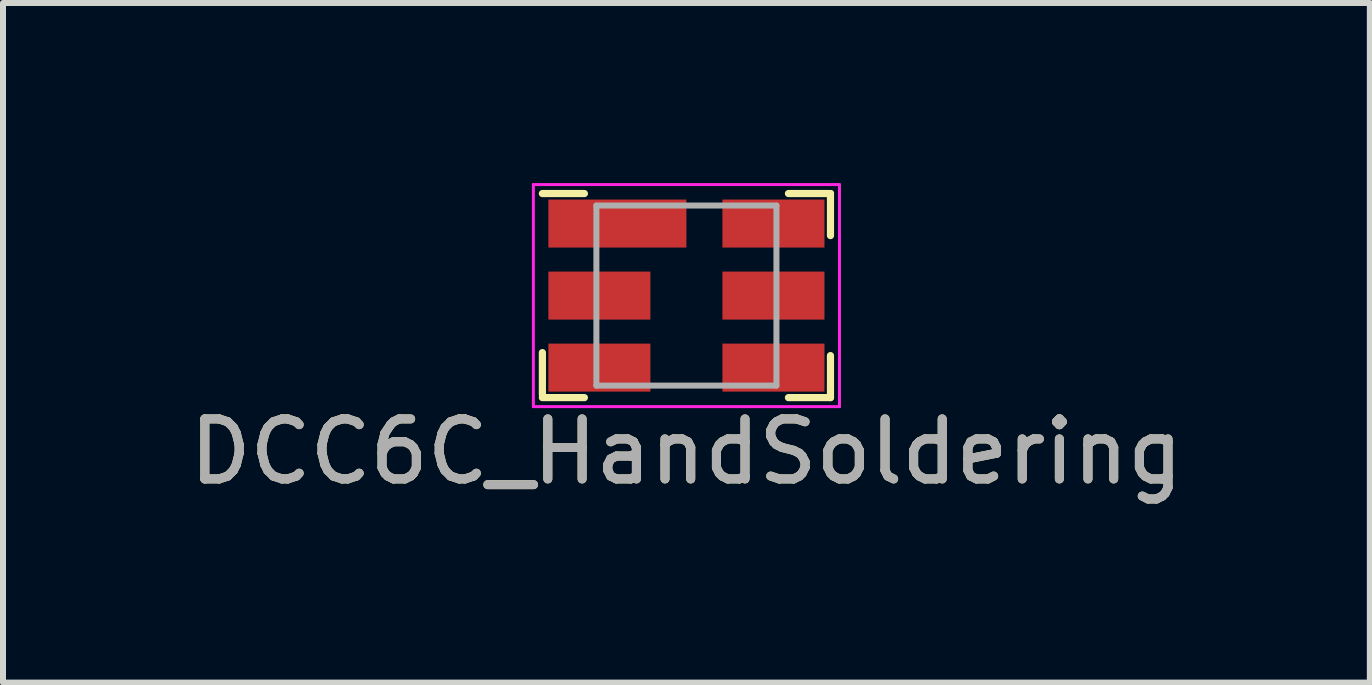
<source format=kicad_pcb>
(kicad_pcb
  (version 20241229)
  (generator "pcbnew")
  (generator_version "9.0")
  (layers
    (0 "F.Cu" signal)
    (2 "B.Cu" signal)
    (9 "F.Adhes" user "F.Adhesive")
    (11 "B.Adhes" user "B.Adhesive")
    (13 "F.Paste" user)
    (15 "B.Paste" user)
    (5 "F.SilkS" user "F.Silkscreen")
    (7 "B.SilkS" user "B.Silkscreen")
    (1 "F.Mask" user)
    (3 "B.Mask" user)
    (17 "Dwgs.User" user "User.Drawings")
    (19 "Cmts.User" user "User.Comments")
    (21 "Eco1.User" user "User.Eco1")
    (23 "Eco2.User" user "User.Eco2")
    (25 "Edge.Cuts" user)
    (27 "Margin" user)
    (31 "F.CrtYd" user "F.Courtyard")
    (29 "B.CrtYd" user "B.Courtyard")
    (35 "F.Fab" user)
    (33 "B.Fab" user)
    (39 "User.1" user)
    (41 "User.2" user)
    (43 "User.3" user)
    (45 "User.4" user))
  (footprint "DCC6C_HandSoldering"
    (layer "F.Cu")
    (at 8.387 1.875)
    (property "Reference" "DCC6C_HandSoldering" (at 0 2.6 0) (layer "F.SilkS") (effects (font (size 1 1) (thickness 0.15))))
    (attr smd)
    (fp_line (start -2.4 -1.7) (end -1.7 -1.7) (stroke (width 0.12) (type solid)) (layer "F.SilkS"))
    (fp_line (start -2.4 1.65) (end -2.4 0.95) (stroke (width 0.12) (type solid)) (layer "F.SilkS"))
    (fp_line (start -1.7 1.7) (end -2.4 1.7) (stroke (width 0.12) (type solid)) (layer "F.SilkS"))
    (fp_line (start 1.7 -1.7) (end 2.4 -1.7) (stroke (width 0.12) (type solid)) (layer "F.SilkS"))
    (fp_line (start 2.4 -1.7) (end 2.4 -1) (stroke (width 0.12) (type solid)) (layer "F.SilkS"))
    (fp_line (start 2.4 1) (end 2.4 1.7) (stroke (width 0.12) (type solid)) (layer "F.SilkS"))
    (fp_line (start 2.4 1.7) (end 1.7 1.7) (stroke (width 0.12) (type solid)) (layer "F.SilkS"))
    (fp_line (start -2.55 -1.85) (end 2.55 -1.85) (stroke (width 0.05) (type solid)) (layer "F.CrtYd"))
    (fp_line (start -2.55 1.85) (end -2.55 -1.85) (stroke (width 0.05) (type solid)) (layer "F.CrtYd"))
    (fp_line (start 2.55 -1.85) (end 2.55 1.85) (stroke (width 0.05) (type solid)) (layer "F.CrtYd"))
    (fp_line (start 2.55 1.85) (end -2.55 1.85) (stroke (width 0.05) (type solid)) (layer "F.CrtYd"))
    (fp_line (start -1.5 -1.5) (end -1.5 1.5) (stroke (width 0.1) (type solid)) (layer "F.Fab"))
    (fp_line (start -1.5 1.5) (end 1.5 1.5) (stroke (width 0.1) (type solid)) (layer "F.Fab"))
    (fp_line (start 1.5 -1.5) (end -1.5 -1.5) (stroke (width 0.1) (type solid)) (layer "F.Fab"))
    (fp_line (start 1.5 1.5) (end 1.5 -1.5) (stroke (width 0.1) (type solid)) (layer "F.Fab"))
    (fp_text user "${REFERENCE}" (at 0 2.6 0) (layer "F.Fab") (effects (font (size 1 1) (thickness 0.15))))
    (pad "1" smd rect (at -1.15 -1.2) (size 2.3 0.8) (layers "F.Cu" "F.Mask" "F.Paste"))
    (pad "2" smd rect (at -1.45 0) (size 1.7 0.8) (layers "F.Cu" "F.Mask" "F.Paste"))
    (pad "3" smd rect (at -1.45 1.2) (size 1.7 0.8) (layers "F.Cu" "F.Mask" "F.Paste"))
    (pad "4" smd rect (at 1.45 1.2) (size 1.7 0.8) (layers "F.Cu" "F.Mask" "F.Paste"))
    (pad "5" smd rect (at 1.45 0) (size 1.7 0.8) (layers "F.Cu" "F.Mask" "F.Paste"))
    (pad "6" smd rect (at 1.45 -1.2) (size 1.7 0.8) (layers "F.Cu" "F.Mask" "F.Paste")))
  (gr_rect
    (start -3 -3)
    (end 19.774 8.323)
    (stroke (width 0.1) (type default))
    (fill no)
    (layer "Edge.Cuts")))
</source>
